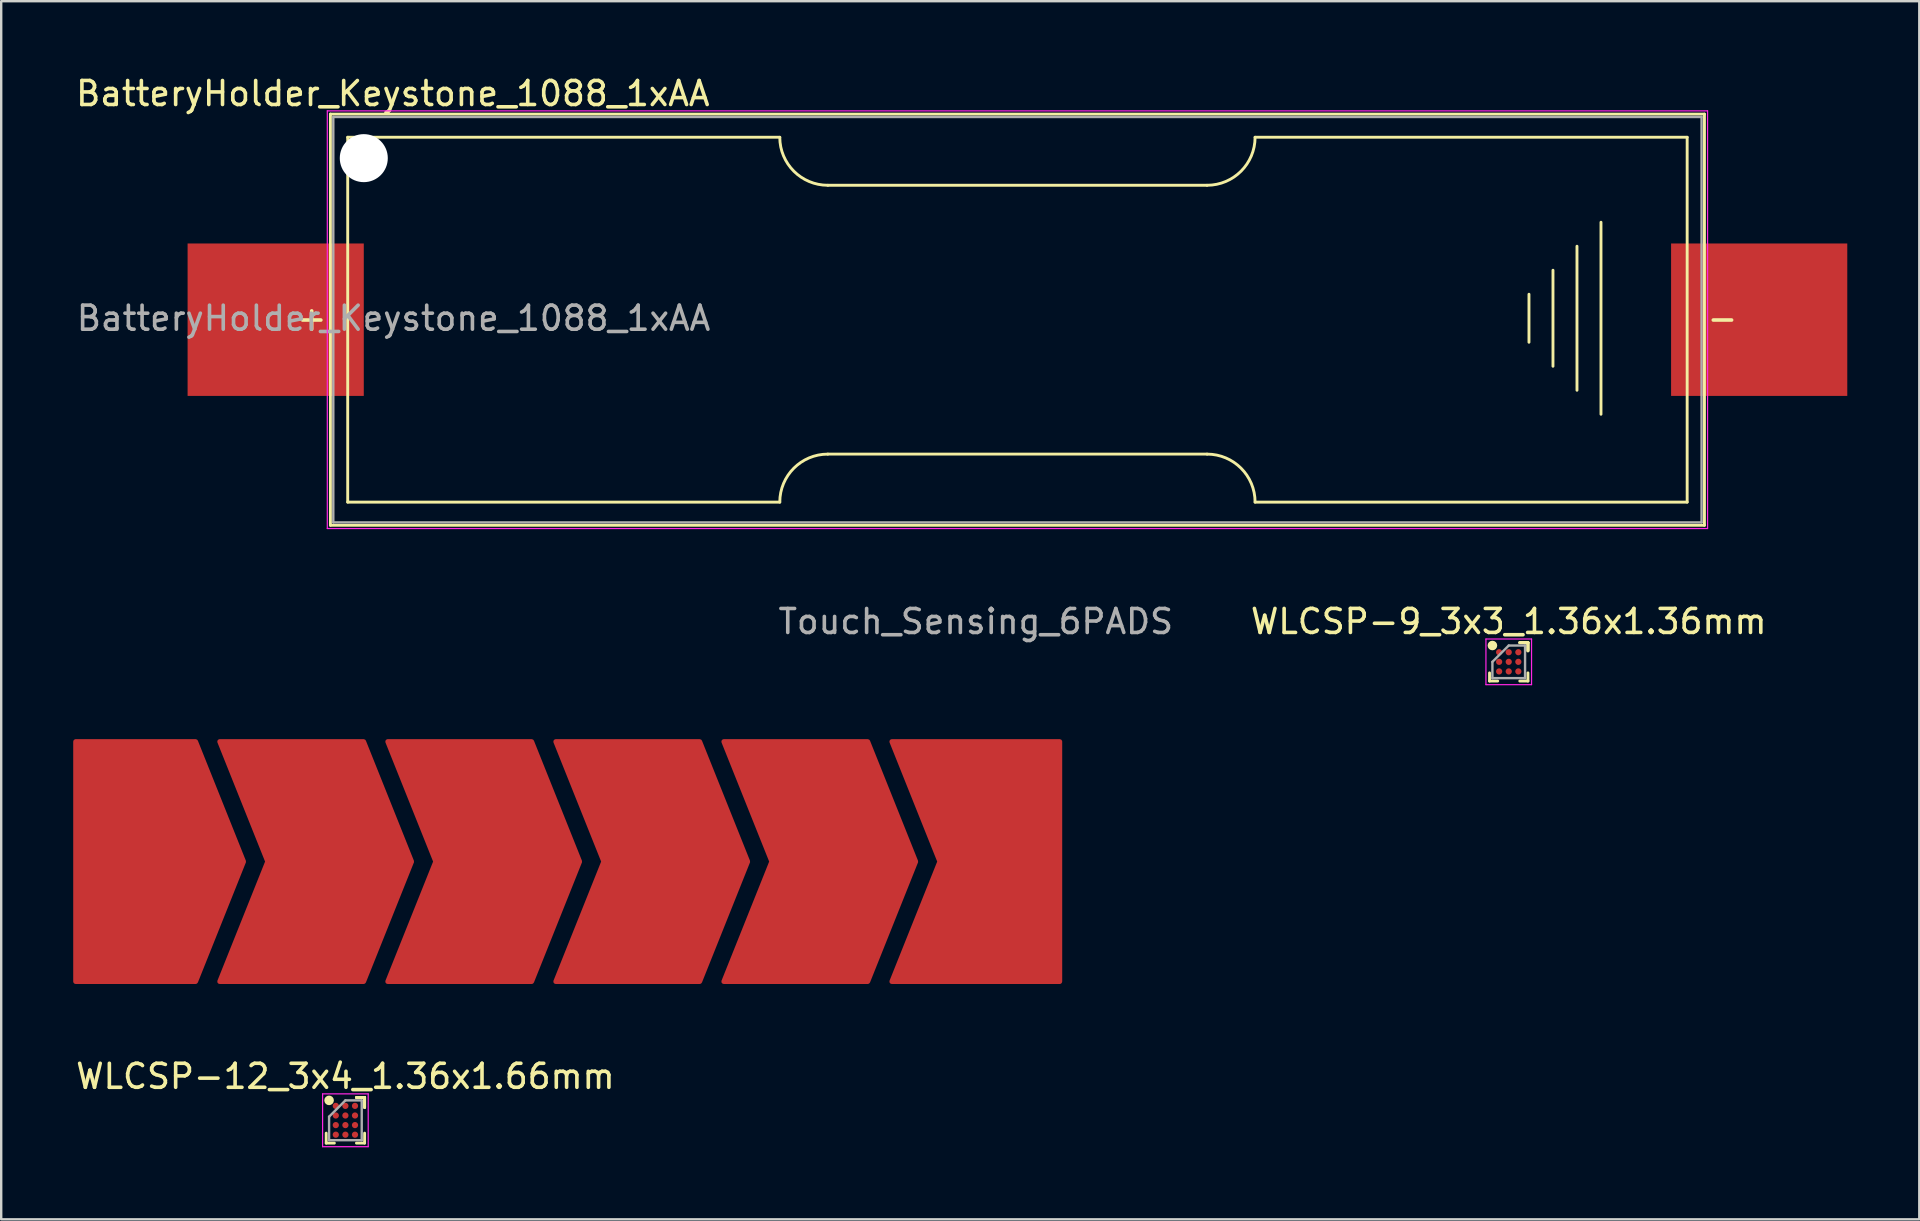
<source format=kicad_pcb>
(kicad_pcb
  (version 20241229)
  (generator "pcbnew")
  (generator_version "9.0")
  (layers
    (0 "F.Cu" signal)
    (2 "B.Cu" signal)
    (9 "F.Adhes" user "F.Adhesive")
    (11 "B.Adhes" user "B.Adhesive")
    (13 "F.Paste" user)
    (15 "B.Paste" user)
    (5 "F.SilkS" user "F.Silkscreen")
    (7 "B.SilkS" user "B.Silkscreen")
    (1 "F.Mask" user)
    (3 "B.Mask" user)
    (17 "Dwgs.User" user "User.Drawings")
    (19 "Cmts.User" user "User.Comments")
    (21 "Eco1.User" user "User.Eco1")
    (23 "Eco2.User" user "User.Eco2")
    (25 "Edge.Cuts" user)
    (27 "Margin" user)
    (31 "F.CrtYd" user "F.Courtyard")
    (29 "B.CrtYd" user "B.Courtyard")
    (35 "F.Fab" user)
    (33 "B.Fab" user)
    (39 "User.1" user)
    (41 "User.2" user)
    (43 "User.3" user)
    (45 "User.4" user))
  (footprint "Touch_Sensing_6PADS"
    (layer "F.Cu")
    (at 18.1 32.842)
    (property "Reference" "Touch_Sensing_6PADS" (at 19.5 -10 0) (layer "F.Fab") (effects (font (size 1 1) (thickness 0.15))))
    (pad "1" smd custom (at -16 0) (size 0.4 0.4) (layers "F.Cu" "F.Paste") (options (anchor rect)) (primitives (gr_poly (pts (xy -2 -5) (xy -2 5) (xy 3 5) (xy 5 0) (xy 3 -5)) (width 0.2) (fill yes))))
    (pad "2" smd custom (at -9 0) (size 0.4 0.4) (layers "F.Cu" "F.Paste") (options (anchor rect)) (primitives (gr_poly (pts (xy -3 -5) (xy -1 0) (xy -3 5) (xy 3 5) (xy 5 0) (xy 3 -5)) (width 0.2) (fill yes))))
    (pad "3" smd custom (at -2 0) (size 0.4 0.4) (layers "F.Cu" "F.Paste") (options (anchor rect)) (primitives (gr_poly (pts (xy -3 -5) (xy -1 0) (xy -3 5) (xy 3 5) (xy 5 0) (xy 3 -5)) (width 0.2) (fill yes))))
    (pad "4" smd custom (at 5 0) (size 0.4 0.4) (layers "F.Cu" "F.Paste") (options (anchor rect)) (primitives (gr_poly (pts (xy -3 -5) (xy -1 0) (xy -3 5) (xy 3 5) (xy 5 0) (xy 3 -5)) (width 0.2) (fill yes))))
    (pad "5" smd custom (at 12 0) (size 0.4 0.4) (layers "F.Cu" "F.Paste") (options (anchor rect)) (primitives (gr_poly (pts (xy -3 -5) (xy -1 0) (xy -3 5) (xy 3 5) (xy 5 0) (xy 3 -5)) (width 0.2) (fill yes))))
    (pad "6" smd custom (at 19 0) (size 0.4 0.4) (layers "F.Cu" "F.Paste") (options (anchor rect)) (primitives (gr_poly (pts (xy -3 -5) (xy -1 0) (xy -3 5) (xy 4 5) (xy 4 -5)) (width 0.2) (fill yes)))))
  (footprint "WLCSP-12_3x4_1.36x1.66mm"
    (layer "F.Cu")
    (at 11.339 43.62)
    (property "Reference" "WLCSP-12_3x4_1.36x1.66mm" (at 0 -1.83 0) (layer "F.SilkS") (effects (font (size 1 1) (thickness 0.15))))
    (attr smd)
    (fp_line (start -0.8 0.95) (end -0.8 0.535) (stroke (width 0.12) (type solid)) (layer "F.SilkS"))
    (fp_line (start -0.46 0.95) (end -0.8 0.95) (stroke (width 0.12) (type solid)) (layer "F.SilkS"))
    (fp_line (start 0.46 -0.95) (end 0.8 -0.95) (stroke (width 0.12) (type solid)) (layer "F.SilkS"))
    (fp_line (start 0.46 -0.95) (end 0.8 -0.95) (stroke (width 0.12) (type solid)) (layer "F.SilkS"))
    (fp_line (start 0.46 -0.95) (end 0.8 -0.95) (stroke (width 0.12) (type solid)) (layer "F.SilkS"))
    (fp_line (start 0.46 0.95) (end 0.8 0.95) (stroke (width 0.12) (type solid)) (layer "F.SilkS"))
    (fp_line (start 0.8 -0.95) (end 0.8 -0.535) (stroke (width 0.12) (type solid)) (layer "F.SilkS"))
    (fp_line (start 0.8 -0.95) (end 0.8 -0.535) (stroke (width 0.12) (type solid)) (layer "F.SilkS"))
    (fp_line (start 0.8 -0.95) (end 0.8 -0.535) (stroke (width 0.12) (type solid)) (layer "F.SilkS"))
    (fp_line (start 0.8 0.95) (end 0.8 0.535) (stroke (width 0.12) (type solid)) (layer "F.SilkS"))
    (fp_circle (center -0.68 -0.83) (end -0.68 -0.73) (stroke (width 0.2) (type solid)) (fill no) (layer "F.SilkS"))
    (fp_line (start -0.95 -1.1) (end 0.95 -1.1) (stroke (width 0.05) (type solid)) (layer "F.CrtYd"))
    (fp_line (start -0.95 1.1) (end -0.95 -1.1) (stroke (width 0.05) (type solid)) (layer "F.CrtYd"))
    (fp_line (start 0.95 -1.1) (end 0.95 1.1) (stroke (width 0.05) (type solid)) (layer "F.CrtYd"))
    (fp_line (start 0.95 1.1) (end -0.95 1.1) (stroke (width 0.05) (type solid)) (layer "F.CrtYd"))
    (fp_line (start -0.68 -0.15) (end -0.68 0.83) (stroke (width 0.1) (type solid)) (layer "F.Fab"))
    (fp_line (start -0.68 0.83) (end 0.68 0.83) (stroke (width 0.1) (type solid)) (layer "F.Fab"))
    (fp_line (start 0 -0.83) (end -0.68 -0.15) (stroke (width 0.1) (type solid)) (layer "F.Fab"))
    (fp_line (start 0.68 -0.83) (end 0 -0.83) (stroke (width 0.1) (type solid)) (layer "F.Fab"))
    (fp_line (start 0.68 0.83) (end 0.68 -0.83) (stroke (width 0.1) (type solid)) (layer "F.Fab"))
    (pad "A1" smd circle (at -0.4 -0.6) (size 0.26 0.26) (layers "F.Cu" "F.Mask" "F.Paste"))
    (pad "A2" smd circle (at 0 -0.6) (size 0.26 0.26) (layers "F.Cu" "F.Mask" "F.Paste"))
    (pad "A3" smd circle (at 0.4 -0.6) (size 0.26 0.26) (layers "F.Cu" "F.Mask" "F.Paste"))
    (pad "B1" smd circle (at -0.4 -0.2) (size 0.26 0.26) (layers "F.Cu" "F.Mask" "F.Paste"))
    (pad "B2" smd circle (at 0 -0.2) (size 0.26 0.26) (layers "F.Cu" "F.Mask" "F.Paste"))
    (pad "B3" smd circle (at 0.4 -0.2) (size 0.26 0.26) (layers "F.Cu" "F.Mask" "F.Paste"))
    (pad "C1" smd circle (at -0.4 0.2) (size 0.26 0.26) (layers "F.Cu" "F.Mask" "F.Paste"))
    (pad "C2" smd circle (at 0 0.2) (size 0.26 0.26) (layers "F.Cu" "F.Mask" "F.Paste"))
    (pad "C3" smd circle (at 0.4 0.2) (size 0.26 0.26) (layers "F.Cu" "F.Mask" "F.Paste"))
    (pad "D1" smd circle (at -0.4 0.6) (size 0.26 0.26) (layers "F.Cu" "F.Mask" "F.Paste"))
    (pad "D2" smd circle (at 0 0.6) (size 0.26 0.26) (layers "F.Cu" "F.Mask" "F.Paste"))
    (pad "D3" smd circle (at 0.4 0.6) (size 0.26 0.26) (layers "F.Cu" "F.Mask" "F.Paste")))
  (footprint "WLCSP-9_3x3_1.36x1.36mm"
    (layer "F.Cu")
    (at 59.802 24.521)
    (property "Reference" "WLCSP-9_3x3_1.36x1.36mm" (at 0 -1.68 0) (layer "F.SilkS") (effects (font (size 1 1) (thickness 0.15))))
    (attr smd)
    (fp_line (start -0.8 0.8) (end -0.8 0.46) (stroke (width 0.12) (type solid)) (layer "F.SilkS"))
    (fp_line (start -0.46 0.8) (end -0.8 0.8) (stroke (width 0.12) (type solid)) (layer "F.SilkS"))
    (fp_line (start 0.46 -0.8) (end 0.8 -0.8) (stroke (width 0.12) (type solid)) (layer "F.SilkS"))
    (fp_line (start 0.46 -0.8) (end 0.8 -0.8) (stroke (width 0.12) (type solid)) (layer "F.SilkS"))
    (fp_line (start 0.46 -0.8) (end 0.8 -0.8) (stroke (width 0.12) (type solid)) (layer "F.SilkS"))
    (fp_line (start 0.46 0.8) (end 0.8 0.8) (stroke (width 0.12) (type solid)) (layer "F.SilkS"))
    (fp_line (start 0.8 -0.8) (end 0.8 -0.46) (stroke (width 0.12) (type solid)) (layer "F.SilkS"))
    (fp_line (start 0.8 -0.8) (end 0.8 -0.46) (stroke (width 0.12) (type solid)) (layer "F.SilkS"))
    (fp_line (start 0.8 -0.8) (end 0.8 -0.46) (stroke (width 0.12) (type solid)) (layer "F.SilkS"))
    (fp_line (start 0.8 0.8) (end 0.8 0.46) (stroke (width 0.12) (type solid)) (layer "F.SilkS"))
    (fp_circle (center -0.68 -0.68) (end -0.68 -0.58) (stroke (width 0.2) (type solid)) (fill no) (layer "F.SilkS"))
    (fp_line (start -0.95 -0.95) (end 0.95 -0.95) (stroke (width 0.05) (type solid)) (layer "F.CrtYd"))
    (fp_line (start -0.95 0.95) (end -0.95 -0.95) (stroke (width 0.05) (type solid)) (layer "F.CrtYd"))
    (fp_line (start 0.95 -0.95) (end 0.95 0.95) (stroke (width 0.05) (type solid)) (layer "F.CrtYd"))
    (fp_line (start 0.95 0.95) (end -0.95 0.95) (stroke (width 0.05) (type solid)) (layer "F.CrtYd"))
    (fp_line (start -0.68 0) (end -0.68 0.68) (stroke (width 0.1) (type solid)) (layer "F.Fab"))
    (fp_line (start -0.68 0.68) (end 0.68 0.68) (stroke (width 0.1) (type solid)) (layer "F.Fab"))
    (fp_line (start 0 -0.68) (end -0.68 0) (stroke (width 0.1) (type solid)) (layer "F.Fab"))
    (fp_line (start 0.68 -0.68) (end 0 -0.68) (stroke (width 0.1) (type solid)) (layer "F.Fab"))
    (fp_line (start 0.68 0.68) (end 0.68 -0.68) (stroke (width 0.1) (type solid)) (layer "F.Fab"))
    (pad "A1" smd circle (at -0.4 -0.4) (size 0.26 0.26) (layers "F.Cu" "F.Mask" "F.Paste"))
    (pad "A2" smd circle (at 0 -0.4) (size 0.26 0.26) (layers "F.Cu" "F.Mask" "F.Paste"))
    (pad "A3" smd circle (at 0.4 -0.4) (size 0.26 0.26) (layers "F.Cu" "F.Mask" "F.Paste"))
    (pad "B1" smd circle (at -0.4 0) (size 0.26 0.26) (layers "F.Cu" "F.Mask" "F.Paste"))
    (pad "B2" smd circle (at 0 0) (size 0.26 0.26) (layers "F.Cu" "F.Mask" "F.Paste"))
    (pad "B3" smd circle (at 0.4 0) (size 0.26 0.26) (layers "F.Cu" "F.Mask" "F.Paste"))
    (pad "C1" smd circle (at -0.4 0.4) (size 0.26 0.26) (layers "F.Cu" "F.Mask" "F.Paste"))
    (pad "C2" smd circle (at 0 0.4) (size 0.26 0.26) (layers "F.Cu" "F.Mask" "F.Paste"))
    (pad "C3" smd circle (at 0.4 0.4) (size 0.26 0.26) (layers "F.Cu" "F.Mask" "F.Paste")))
  (footprint "BatteryHolder_Keystone_1088_1xAA"
    (layer "F.Cu")
    (at 8.435 10.268)
    (property "Reference" "BatteryHolder_Keystone_1088_1xAA" (at 4.88 -9.42 180) (layer "F.SilkS") (effects (font (size 1 1) (thickness 0.15))))
    (attr through_hole)
    (fp_line (start 2.28 -8.565) (end 59.52 -8.565) (stroke (width 0.12) (type solid)) (layer "F.SilkS"))
    (fp_line (start 2.28 8.565) (end 2.28 -8.565) (stroke (width 0.12) (type solid)) (layer "F.SilkS"))
    (fp_line (start 3 -7.6) (end 3 7.6) (stroke (width 0.12) (type solid)) (layer "F.SilkS"))
    (fp_line (start 3 -7.6) (end 21 -7.6) (stroke (width 0.12) (type solid)) (layer "F.SilkS"))
    (fp_line (start 3 7.6) (end 21 7.6) (stroke (width 0.12) (type solid)) (layer "F.SilkS"))
    (fp_line (start 23 -5.6) (end 38.8 -5.6) (stroke (width 0.12) (type solid)) (layer "F.SilkS"))
    (fp_line (start 38.8 5.6) (end 23 5.6) (stroke (width 0.12) (type solid)) (layer "F.SilkS"))
    (fp_line (start 40.8 -7.6) (end 58.8 -7.6) (stroke (width 0.12) (type solid)) (layer "F.SilkS"))
    (fp_line (start 40.8 7.6) (end 58.8 7.6) (stroke (width 0.12) (type solid)) (layer "F.SilkS"))
    (fp_line (start 52.21 -1.06) (end 52.21 0.94) (stroke (width 0.12) (type solid)) (layer "F.SilkS"))
    (fp_line (start 53.21 -2.06) (end 53.21 1.94) (stroke (width 0.12) (type solid)) (layer "F.SilkS"))
    (fp_line (start 54.21 2.94) (end 54.21 -3.06) (stroke (width 0.12) (type solid)) (layer "F.SilkS"))
    (fp_line (start 55.21 -4.06) (end 55.21 3.94) (stroke (width 0.12) (type solid)) (layer "F.SilkS"))
    (fp_line (start 58.8 -7.6) (end 58.8 7.6) (stroke (width 0.12) (type solid)) (layer "F.SilkS"))
    (fp_line (start 59.52 -8.565) (end 59.52 8.565) (stroke (width 0.12) (type solid)) (layer "F.SilkS"))
    (fp_line (start 59.52 8.565) (end 2.28 8.565) (stroke (width 0.12) (type solid)) (layer "F.SilkS"))
    (fp_arc (start 21 7.6) (mid 21.585786 6.185786) (end 23 5.6) (stroke (width 0.12) (type solid)) (layer "F.SilkS"))
    (fp_arc (start 23 -5.6) (mid 21.585786 -6.185786) (end 21 -7.6) (stroke (width 0.12) (type solid)) (layer "F.SilkS"))
    (fp_arc (start 38.8 5.6) (mid 40.214214 6.185786) (end 40.8 7.6) (stroke (width 0.12) (type solid)) (layer "F.SilkS"))
    (fp_arc (start 40.8 -7.6) (mid 40.214214 -6.185786) (end 38.8 -5.6) (stroke (width 0.12) (type solid)) (layer "F.SilkS"))
    (fp_line (start 2.15 -8.7) (end 59.65 -8.7) (stroke (width 0.05) (type solid)) (layer "F.CrtYd"))
    (fp_line (start 2.15 8.7) (end 2.15 -8.7) (stroke (width 0.05) (type solid)) (layer "F.CrtYd"))
    (fp_line (start 59.65 -8.7) (end 59.65 8.7) (stroke (width 0.05) (type solid)) (layer "F.CrtYd"))
    (fp_line (start 59.65 8.7) (end 2.15 8.7) (stroke (width 0.05) (type solid)) (layer "F.CrtYd"))
    (fp_line (start 2.4 -8.445) (end 2.4 8.445) (stroke (width 0.1) (type solid)) (layer "F.Fab"))
    (fp_line (start 2.4 8.445) (end 59.4 8.445) (stroke (width 0.1) (type solid)) (layer "F.Fab"))
    (fp_line (start 59.4 -8.445) (end 2.4 -8.445) (stroke (width 0.1) (type solid)) (layer "F.Fab"))
    (fp_line (start 59.4 8.445) (end 59.4 -8.445) (stroke (width 0.1) (type solid)) (layer "F.Fab"))
    (fp_text user "+" (at 1.5 -0.06 0) (layer "F.SilkS") (effects (font (size 1 1) (thickness 0.15))))
    (fp_text user "-" (at 60.27 -0.06 0) (layer "F.SilkS") (effects (font (size 1 1) (thickness 0.15))))
    (fp_text user "${REFERENCE}" (at 4.91 -0.06 0) (layer "F.Fab") (effects (font (size 1 1) (thickness 0.15))))
    (pad "" np_thru_hole circle (at 3.67 -6.73 90) (size 2 2) (drill 2) (layers "*.Cu" "*.Mask"))
    (pad "1" smd rect (at 0 0 180) (size 7.34 6.35) (layers "F.Cu" "F.Mask" "F.Paste"))
    (pad "2" smd rect (at 61.8 0 180) (size 7.34 6.35) (layers "F.Cu" "F.Mask" "F.Paste")))
  (gr_rect
    (start -3 -3)
    (end 76.905 47.745)
    (stroke (width 0.1) (type default))
    (fill no)
    (layer "Edge.Cuts")))
</source>
